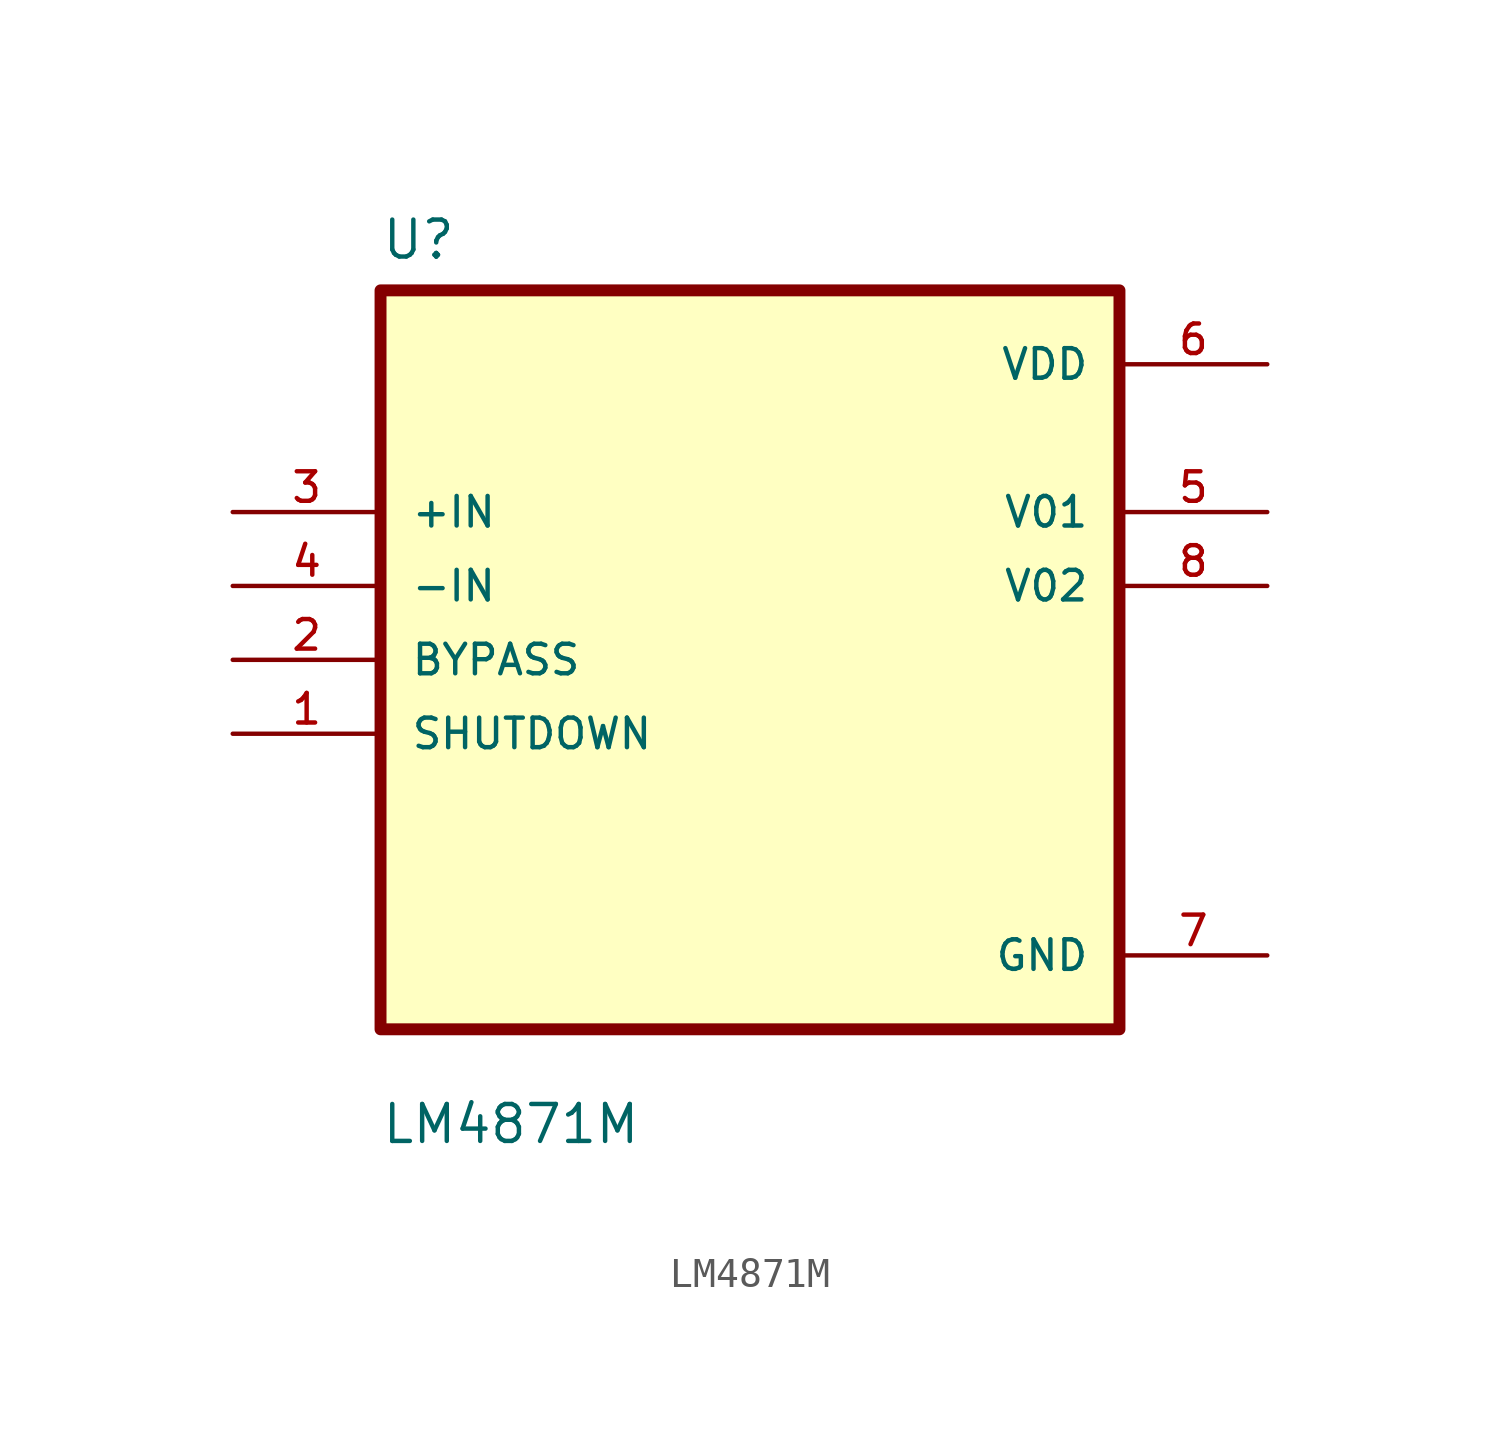
<source format=kicad_sym>
(kicad_symbol_lib
  (version 20211014)
  (generator kicad_symbol_editor)
  (symbol "LM4871M"
    (pin_names
      (offset 1.016))
    (property "Reference" "U"
      (at -12.7 13.7 0.0)
      (effects (font (size 1.27 1.27)) (justify bottom left)))
    (property "Value" "LM4871M"
      (at -12.7 -16.7 0.0)
      (effects (font (size 1.27 1.27)) (justify bottom left)))
    (symbol "LM4871M_0_0"
      (rectangle (start -12.7 -12.7) (end 12.7 12.7) (stroke (width 0.41)) (fill (type background)))
      (pin input line (at -17.78 5.08 0) (length 5.08) (name "+IN" (effects (font (size 1.016 1.016)))) (number "3" (effects (font (size 1.016 1.016)))))
      (pin input line (at -17.78 2.54 0) (length 5.08) (name "-IN" (effects (font (size 1.016 1.016)))) (number "4" (effects (font (size 1.016 1.016)))))
      (pin input line (at -17.78 -8.88178e-16 0) (length 5.08) (name "BYPASS" (effects (font (size 1.016 1.016)))) (number "2" (effects (font (size 1.016 1.016)))))
      (pin input line (at -17.78 -2.54 0) (length 5.08) (name "SHUTDOWN" (effects (font (size 1.016 1.016)))) (number "1" (effects (font (size 1.016 1.016)))))
      (pin power_in line (at 17.78 10.16 180.0) (length 5.08) (name "VDD" (effects (font (size 1.016 1.016)))) (number "6" (effects (font (size 1.016 1.016)))))
      (pin output line (at 17.78 5.08 180.0) (length 5.08) (name "V01" (effects (font (size 1.016 1.016)))) (number "5" (effects (font (size 1.016 1.016)))))
      (pin output line (at 17.78 2.54 180.0) (length 5.08) (name "V02" (effects (font (size 1.016 1.016)))) (number "8" (effects (font (size 1.016 1.016)))))
      (pin power_in line (at 17.78 -10.16 180.0) (length 5.08) (name "GND" (effects (font (size 1.016 1.016)))) (number "7" (effects (font (size 1.016 1.016))))))))
</source>
